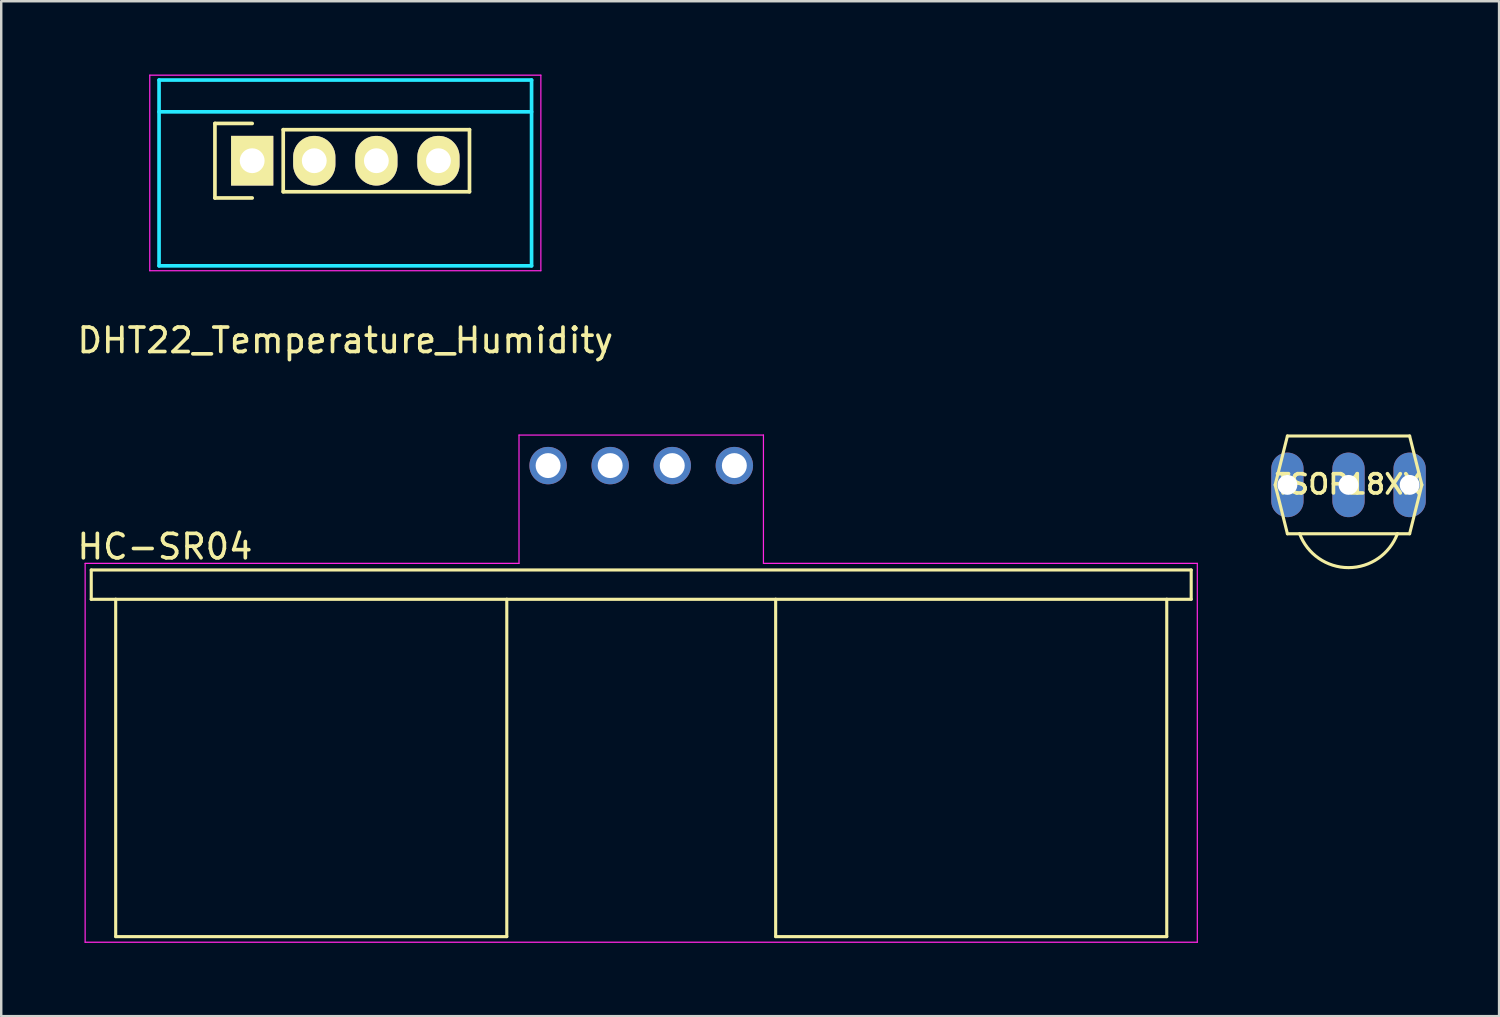
<source format=kicad_pcb>
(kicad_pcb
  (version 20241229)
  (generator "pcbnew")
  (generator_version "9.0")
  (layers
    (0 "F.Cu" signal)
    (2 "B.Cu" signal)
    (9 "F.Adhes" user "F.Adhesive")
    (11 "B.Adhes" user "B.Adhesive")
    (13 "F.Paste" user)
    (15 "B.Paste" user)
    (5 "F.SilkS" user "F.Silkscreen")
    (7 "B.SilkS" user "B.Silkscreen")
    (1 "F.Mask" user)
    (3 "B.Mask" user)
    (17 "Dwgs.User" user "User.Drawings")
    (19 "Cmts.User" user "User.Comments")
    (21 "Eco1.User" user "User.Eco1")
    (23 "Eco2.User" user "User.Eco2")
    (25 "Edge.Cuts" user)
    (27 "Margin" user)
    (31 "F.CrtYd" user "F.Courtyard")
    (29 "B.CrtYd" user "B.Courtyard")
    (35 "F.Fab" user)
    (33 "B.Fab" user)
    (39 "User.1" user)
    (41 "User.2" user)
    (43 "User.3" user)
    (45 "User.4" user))
  (footprint "HC-SR04"
    (layer "F.Cu")
    (at 23.183 15.998)
    (property "Reference" "HC-SR04" (at -19.485 3.317 0) (layer "F.SilkS") (effects (font (size 1.001 1.001) (thickness 0.15))))
    (attr through_hole)
    (fp_line (start -22.5 4.27) (end 22.5 4.27) (stroke (width 0.127) (type solid)) (layer "F.SilkS"))
    (fp_line (start -22.5 5.47) (end -22.5 4.27) (stroke (width 0.127) (type solid)) (layer "F.SilkS"))
    (fp_line (start -21.5 5.47) (end -22.5 5.47) (stroke (width 0.127) (type solid)) (layer "F.SilkS"))
    (fp_line (start -21.5 5.47) (end -21.5 19.27) (stroke (width 0.127) (type solid)) (layer "F.SilkS"))
    (fp_line (start -21.5 19.27) (end -5.5 19.27) (stroke (width 0.127) (type solid)) (layer "F.SilkS"))
    (fp_line (start -5.5 5.47) (end -21.5 5.47) (stroke (width 0.127) (type solid)) (layer "F.SilkS"))
    (fp_line (start -5.5 5.47) (end -5.5 19.27) (stroke (width 0.127) (type solid)) (layer "F.SilkS"))
    (fp_line (start 5.5 5.47) (end -5.5 5.47) (stroke (width 0.127) (type solid)) (layer "F.SilkS"))
    (fp_line (start 5.5 5.47) (end 5.5 19.27) (stroke (width 0.127) (type solid)) (layer "F.SilkS"))
    (fp_line (start 5.5 19.27) (end 21.5 19.27) (stroke (width 0.127) (type solid)) (layer "F.SilkS"))
    (fp_line (start 21.5 5.47) (end 5.5 5.47) (stroke (width 0.127) (type solid)) (layer "F.SilkS"))
    (fp_line (start 21.5 5.47) (end 21.5 19.27) (stroke (width 0.127) (type solid)) (layer "F.SilkS"))
    (fp_line (start 22.5 4.27) (end 22.5 5.47) (stroke (width 0.127) (type solid)) (layer "F.SilkS"))
    (fp_line (start 22.5 5.47) (end 21.5 5.47) (stroke (width 0.127) (type solid)) (layer "F.SilkS"))
    (fp_line (start -22.75 4) (end -22.75 19.5) (stroke (width 0.05) (type solid)) (layer "F.CrtYd"))
    (fp_line (start -22.75 19.5) (end 22.75 19.5) (stroke (width 0.05) (type solid)) (layer "F.CrtYd"))
    (fp_line (start -5 -1.25) (end -5 4) (stroke (width 0.05) (type solid)) (layer "F.CrtYd"))
    (fp_line (start -5 4) (end -22.75 4) (stroke (width 0.05) (type solid)) (layer "F.CrtYd"))
    (fp_line (start 5 -1.25) (end -5 -1.25) (stroke (width 0.05) (type solid)) (layer "F.CrtYd"))
    (fp_line (start 5 4) (end 5 -1.25) (stroke (width 0.05) (type solid)) (layer "F.CrtYd"))
    (fp_line (start 22.75 4) (end 5 4) (stroke (width 0.05) (type solid)) (layer "F.CrtYd"))
    (fp_line (start 22.75 19.5) (end 22.75 4) (stroke (width 0.05) (type solid)) (layer "F.CrtYd"))
    (pad "1" thru_hole circle (at -3.81 0) (size 1.53 1.53) (drill 1.02) (layers "*.Cu" "*.Mask"))
    (pad "2" thru_hole circle (at -1.27 0) (size 1.53 1.53) (drill 1.02) (layers "*.Cu" "*.Mask"))
    (pad "3" thru_hole circle (at 1.27 0) (size 1.53 1.53) (drill 1.02) (layers "*.Cu" "*.Mask"))
    (pad "4" thru_hole circle (at 3.81 0) (size 1.53 1.53) (drill 1.02) (layers "*.Cu" "*.Mask")))
  (footprint "TSOP18XX"
    (layer "F.Cu")
    (at 52.12 16.76)
    (property "Reference" "TSOP18XX" (at 0 0 0) (layer "F.SilkS") (effects (font (size 0.787 0.787) (thickness 0.15))))
    (attr through_hole)
    (fp_line (start -3.001 0.027) (end -2.501 -1.973) (stroke (width 0.127) (type solid)) (layer "F.SilkS"))
    (fp_line (start -2.501 -1.973) (end 2.499 -1.973) (stroke (width 0.127) (type solid)) (layer "F.SilkS"))
    (fp_line (start -2.501 2.027) (end -3.001 0.027) (stroke (width 0.127) (type solid)) (layer "F.SilkS"))
    (fp_line (start -2.001 2.027) (end -2.501 2.027) (stroke (width 0.127) (type solid)) (layer "F.SilkS"))
    (fp_line (start 1.999 2.027) (end -2.001 2.027) (stroke (width 0.127) (type solid)) (layer "F.SilkS"))
    (fp_line (start 2.499 -1.973) (end 2.999 0.027) (stroke (width 0.127) (type solid)) (layer "F.SilkS"))
    (fp_line (start 2.499 2.027) (end 1.999 2.027) (stroke (width 0.127) (type solid)) (layer "F.SilkS"))
    (fp_line (start 2.999 0.027) (end 2.499 2.027) (stroke (width 0.127) (type solid)) (layer "F.SilkS"))
    (fp_arc (start 1.9988 2.0266) (mid -0.0012 3.412602) (end -2.0012 2.0266) (stroke (width 0.127) (type solid)) (layer "F.SilkS"))
    (pad "GND" thru_hole oval (at -0.001 0.027) (size 1.321 2.642) (drill 0.813) (layers "*.Cu" "*.Mask"))
    (pad "OUT" thru_hole oval (at -2.501 0.027) (size 1.321 2.642) (drill 0.813) (layers "*.Cu" "*.Mask"))
    (pad "VCC" thru_hole oval (at 2.499 0.027) (size 1.321 2.642) (drill 0.813) (layers "*.Cu" "*.Mask")))
  (footprint "DHT22_Temperature_Humidity"
    (layer "F.Cu")
    (at 11.077 3.525)
    (property "Reference" "DHT22_Temperature_Humidity" (at 0 7.35 0) (layer "F.SilkS") (effects (font (size 1 1) (thickness 0.15))))
    (attr through_hole)
    (fp_line (start -5.334 -1.524) (end -5.334 1.524) (stroke (width 0.15) (type solid)) (layer "F.SilkS"))
    (fp_line (start -5.334 1.524) (end -3.81 1.524) (stroke (width 0.15) (type solid)) (layer "F.SilkS"))
    (fp_line (start -3.81 -1.524) (end -5.334 -1.524) (stroke (width 0.15) (type solid)) (layer "F.SilkS"))
    (fp_line (start -2.54 -1.27) (end 5.08 -1.27) (stroke (width 0.15) (type solid)) (layer "F.SilkS"))
    (fp_line (start -2.54 1.27) (end -2.54 -1.27) (stroke (width 0.15) (type solid)) (layer "F.SilkS"))
    (fp_line (start 5.08 -1.27) (end 5.08 1.27) (stroke (width 0.15) (type solid)) (layer "F.SilkS"))
    (fp_line (start 5.08 1.27) (end -2.54 1.27) (stroke (width 0.15) (type solid)) (layer "F.SilkS"))
    (fp_line (start -7.62 -3.3) (end -7.62 4.3) (stroke (width 0.15) (type solid)) (layer "B.CrtYd"))
    (fp_line (start -7.62 -3.3) (end 7.62 -3.3) (stroke (width 0.15) (type solid)) (layer "B.CrtYd"))
    (fp_line (start -7.62 -2) (end 7.62 -2) (stroke (width 0.15) (type solid)) (layer "B.CrtYd"))
    (fp_line (start -7.62 4.3) (end 7.62 4.3) (stroke (width 0.15) (type solid)) (layer "B.CrtYd"))
    (fp_line (start 7.62 -3.3) (end 7.62 4.3) (stroke (width 0.15) (type solid)) (layer "B.CrtYd"))
    (fp_line (start -8 -3.5) (end 8 -3.5) (stroke (width 0.05) (type solid)) (layer "F.CrtYd"))
    (fp_line (start -8 4.5) (end -8 -3.5) (stroke (width 0.05) (type solid)) (layer "F.CrtYd"))
    (fp_line (start 8 -3.5) (end 8 4.5) (stroke (width 0.05) (type solid)) (layer "F.CrtYd"))
    (fp_line (start 8 4.5) (end -8 4.5) (stroke (width 0.05) (type solid)) (layer "F.CrtYd"))
    (pad "1" thru_hole rect (at -3.81 0 90) (size 2.032 1.727) (drill 1.016) (layers "*.Cu" "*.Mask" "F.SilkS"))
    (pad "2" thru_hole oval (at -1.27 0 90) (size 2.032 1.727) (drill 1.016) (layers "*.Cu" "*.Mask" "F.SilkS"))
    (pad "3" thru_hole oval (at 1.27 0 90) (size 2.032 1.727) (drill 1.016) (layers "*.Cu" "*.Mask" "F.SilkS"))
    (pad "4" thru_hole oval (at 3.81 0 90) (size 2.032 1.727) (drill 1.016) (layers "*.Cu" "*.Mask" "F.SilkS")))
  (gr_rect
    (start -3 -3)
    (end 58.279 38.523)
    (stroke (width 0.1) (type default))
    (fill no)
    (layer "Edge.Cuts")))
</source>
